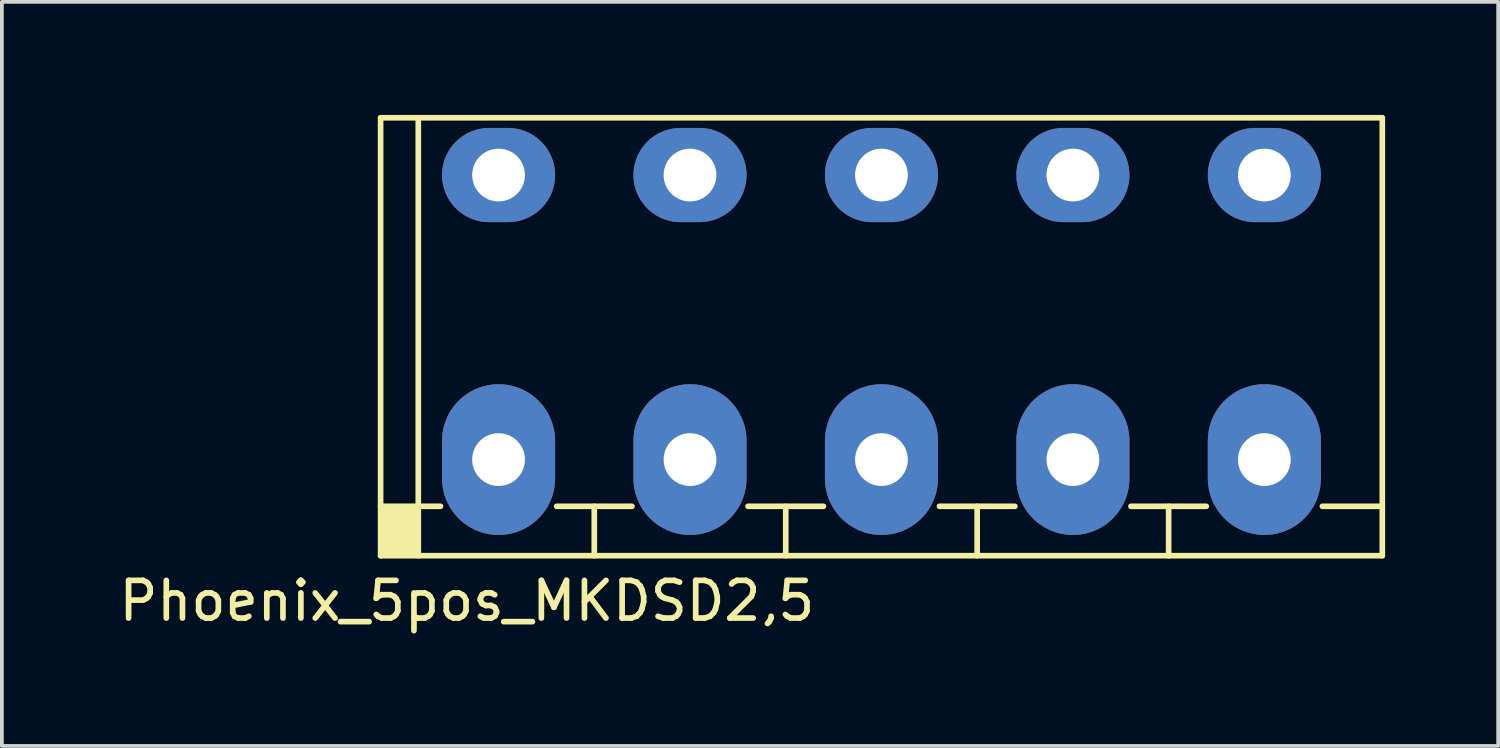
<source format=kicad_pcb>
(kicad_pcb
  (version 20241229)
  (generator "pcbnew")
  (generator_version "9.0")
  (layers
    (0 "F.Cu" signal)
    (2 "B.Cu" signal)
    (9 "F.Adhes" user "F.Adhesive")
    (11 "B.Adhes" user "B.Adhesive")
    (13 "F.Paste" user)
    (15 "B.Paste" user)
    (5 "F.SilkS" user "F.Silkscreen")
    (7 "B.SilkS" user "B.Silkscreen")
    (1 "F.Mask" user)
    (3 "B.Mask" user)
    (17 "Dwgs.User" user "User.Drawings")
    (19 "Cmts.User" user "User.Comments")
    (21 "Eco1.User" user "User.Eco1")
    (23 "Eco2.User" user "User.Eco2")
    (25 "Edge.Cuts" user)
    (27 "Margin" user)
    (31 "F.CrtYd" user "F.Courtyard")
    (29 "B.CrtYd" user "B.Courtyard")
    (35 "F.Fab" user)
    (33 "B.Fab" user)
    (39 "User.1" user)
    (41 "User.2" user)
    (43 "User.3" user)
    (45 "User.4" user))
  (footprint "Phoenix_5pos_MKDSD2,5"
    (layer "F.Cu")
    (at 20.339 5.885)
    (property "Reference" "Phoenix_5pos_MKDSD2,5" (at -11 7.01 0) (layer "F.SilkS") (effects (font (size 1 1) (thickness 0.15))))
    (attr through_hole)
    (fp_line (start -13.29 -5.81) (end -13.29 5.81) (stroke (width 0.15) (type solid)) (layer "F.SilkS"))
    (fp_line (start -13.29 -5.81) (end 13.29 -5.81) (stroke (width 0.15) (type solid)) (layer "F.SilkS"))
    (fp_line (start -13.29 4.5) (end -11.7 4.5) (stroke (width 0.15) (type solid)) (layer "F.SilkS"))
    (fp_line (start -13.29 5.81) (end 13.29 5.81) (stroke (width 0.15) (type solid)) (layer "F.SilkS"))
    (fp_line (start -12.29 -5.81) (end -12.29 5.81) (stroke (width 0.15) (type solid)) (layer "F.SilkS"))
    (fp_line (start -8.62 4.5) (end -6.62 4.5) (stroke (width 0.15) (type solid)) (layer "F.SilkS"))
    (fp_line (start -7.62 4.5) (end -7.62 5.81) (stroke (width 0.15) (type solid)) (layer "F.SilkS"))
    (fp_line (start -3.54 4.5) (end -1.54 4.5) (stroke (width 0.15) (type solid)) (layer "F.SilkS"))
    (fp_line (start -2.54 4.5) (end -2.54 5.81) (stroke (width 0.15) (type solid)) (layer "F.SilkS"))
    (fp_line (start 1.54 4.5) (end 3.54 4.5) (stroke (width 0.15) (type solid)) (layer "F.SilkS"))
    (fp_line (start 2.54 4.5) (end 2.54 5.81) (stroke (width 0.15) (type solid)) (layer "F.SilkS"))
    (fp_line (start 6.62 4.5) (end 8.62 4.5) (stroke (width 0.15) (type solid)) (layer "F.SilkS"))
    (fp_line (start 7.62 4.5) (end 7.62 5.81) (stroke (width 0.15) (type solid)) (layer "F.SilkS"))
    (fp_line (start 11.7 4.5) (end 13.29 4.5) (stroke (width 0.15) (type solid)) (layer "F.SilkS"))
    (fp_line (start 13.29 5.81) (end 13.29 -5.81) (stroke (width 0.15) (type solid)) (layer "F.SilkS"))
    (fp_poly (pts (xy -12.28 5.81) (xy -13.26 5.8) (xy -13.28 4.52) (xy -12.29 4.51)) (stroke (width 0.1) (type solid)) (fill yes) (layer "F.SilkS"))
    (pad "1" thru_hole oval (at -10.16 -4.29 270) (size 2.5 3) (drill 1.4) (layers "*.Cu" "*.Mask"))
    (pad "1" thru_hole oval (at -10.16 3.26) (size 3 4) (drill 1.4) (layers "*.Cu" "*.Mask"))
    (pad "2" thru_hole oval (at -5.08 -4.29 270) (size 2.5 3) (drill 1.4) (layers "*.Cu" "*.Mask"))
    (pad "2" thru_hole oval (at -5.08 3.26) (size 3 4) (drill 1.4) (layers "*.Cu" "*.Mask"))
    (pad "3" thru_hole oval (at 0 -4.29 270) (size 2.5 3) (drill 1.4) (layers "*.Cu" "*.Mask"))
    (pad "3" thru_hole oval (at 0 3.26) (size 3 4) (drill 1.4) (layers "*.Cu" "*.Mask"))
    (pad "4" thru_hole oval (at 5.08 -4.29 270) (size 2.5 3) (drill 1.4) (layers "*.Cu" "*.Mask"))
    (pad "4" thru_hole oval (at 5.08 3.26) (size 3 4) (drill 1.4) (layers "*.Cu" "*.Mask"))
    (pad "5" thru_hole oval (at 10.16 -4.29 270) (size 2.5 3) (drill 1.4) (layers "*.Cu" "*.Mask"))
    (pad "5" thru_hole oval (at 10.16 3.26) (size 3 4) (drill 1.4) (layers "*.Cu" "*.Mask")))
  (gr_rect
    (start -3 -3)
    (end 36.704 16.743)
    (stroke (width 0.1) (type default))
    (fill no)
    (layer "Edge.Cuts")))
</source>
